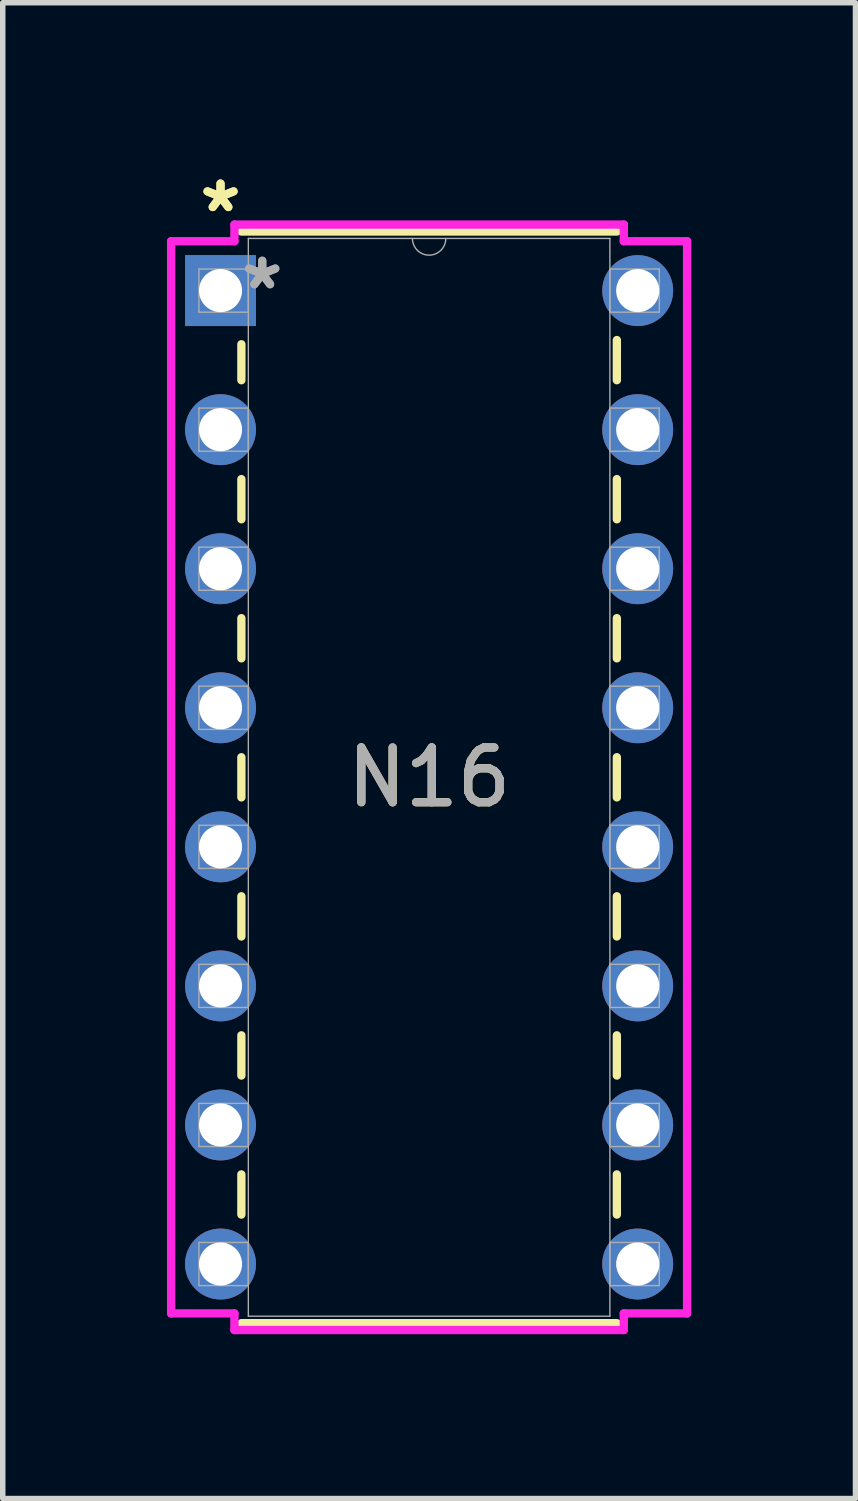
<source format=kicad_pcb>
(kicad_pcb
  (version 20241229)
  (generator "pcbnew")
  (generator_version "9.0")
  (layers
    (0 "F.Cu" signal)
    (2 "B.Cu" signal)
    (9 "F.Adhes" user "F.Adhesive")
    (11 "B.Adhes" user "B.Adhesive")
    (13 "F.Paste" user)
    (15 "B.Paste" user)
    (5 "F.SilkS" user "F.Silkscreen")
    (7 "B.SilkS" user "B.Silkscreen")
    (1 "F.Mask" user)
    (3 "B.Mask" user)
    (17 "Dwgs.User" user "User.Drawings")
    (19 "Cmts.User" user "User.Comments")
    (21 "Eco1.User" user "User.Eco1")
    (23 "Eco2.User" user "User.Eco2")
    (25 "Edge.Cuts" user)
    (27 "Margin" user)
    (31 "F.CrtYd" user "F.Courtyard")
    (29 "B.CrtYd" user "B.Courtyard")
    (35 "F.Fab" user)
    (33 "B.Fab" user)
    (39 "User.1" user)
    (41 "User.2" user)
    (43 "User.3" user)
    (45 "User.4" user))
  (footprint "N16"
    (layer "F.Cu")
    (at 0.978 2.258)
    (property "Reference" "N16" (at 3.81 8.89 0) (unlocked yes) (layer "F.SilkS") (effects (font (size 1 1) (thickness 0.15))))
    (attr through_hole)
    (fp_line (start 0.381 0.98) (end 0.381 1.637) (stroke (width 0.152) (type solid)) (layer "F.SilkS"))
    (fp_line (start 0.381 3.443) (end 0.381 4.177) (stroke (width 0.152) (type solid)) (layer "F.SilkS"))
    (fp_line (start 0.381 5.983) (end 0.381 6.717) (stroke (width 0.152) (type solid)) (layer "F.SilkS"))
    (fp_line (start 0.381 8.523) (end 0.381 9.257) (stroke (width 0.152) (type solid)) (layer "F.SilkS"))
    (fp_line (start 0.381 11.063) (end 0.381 11.797) (stroke (width 0.152) (type solid)) (layer "F.SilkS"))
    (fp_line (start 0.381 13.603) (end 0.381 14.337) (stroke (width 0.152) (type solid)) (layer "F.SilkS"))
    (fp_line (start 0.381 16.143) (end 0.381 16.877) (stroke (width 0.152) (type solid)) (layer "F.SilkS"))
    (fp_line (start 0.381 18.86) (end 7.239 18.86) (stroke (width 0.152) (type solid)) (layer "F.SilkS"))
    (fp_line (start 7.239 -1.079) (end 0.381 -1.079) (stroke (width 0.152) (type solid)) (layer "F.SilkS"))
    (fp_line (start 7.239 1.637) (end 7.239 0.903) (stroke (width 0.152) (type solid)) (layer "F.SilkS"))
    (fp_line (start 7.239 4.177) (end 7.239 3.443) (stroke (width 0.152) (type solid)) (layer "F.SilkS"))
    (fp_line (start 7.239 6.717) (end 7.239 5.983) (stroke (width 0.152) (type solid)) (layer "F.SilkS"))
    (fp_line (start 7.239 9.257) (end 7.239 8.523) (stroke (width 0.152) (type solid)) (layer "F.SilkS"))
    (fp_line (start 7.239 11.797) (end 7.239 11.063) (stroke (width 0.152) (type solid)) (layer "F.SilkS"))
    (fp_line (start 7.239 14.337) (end 7.239 13.603) (stroke (width 0.152) (type solid)) (layer "F.SilkS"))
    (fp_line (start 7.239 16.877) (end 7.239 16.143) (stroke (width 0.152) (type solid)) (layer "F.SilkS"))
    (fp_line (start -0.902 -0.902) (end 0.254 -0.902) (stroke (width 0.152) (type solid)) (layer "F.CrtYd"))
    (fp_line (start -0.902 18.682) (end -0.902 -0.902) (stroke (width 0.152) (type solid)) (layer "F.CrtYd"))
    (fp_line (start 0.254 -1.206) (end 7.366 -1.206) (stroke (width 0.152) (type solid)) (layer "F.CrtYd"))
    (fp_line (start 0.254 -0.902) (end 0.254 -1.206) (stroke (width 0.152) (type solid)) (layer "F.CrtYd"))
    (fp_line (start 0.254 18.682) (end -0.902 18.682) (stroke (width 0.152) (type solid)) (layer "F.CrtYd"))
    (fp_line (start 0.254 18.986) (end 0.254 18.682) (stroke (width 0.152) (type solid)) (layer "F.CrtYd"))
    (fp_line (start 7.366 -1.206) (end 7.366 -0.902) (stroke (width 0.152) (type solid)) (layer "F.CrtYd"))
    (fp_line (start 7.366 18.682) (end 7.366 18.986) (stroke (width 0.152) (type solid)) (layer "F.CrtYd"))
    (fp_line (start 7.366 18.986) (end 0.254 18.986) (stroke (width 0.152) (type solid)) (layer "F.CrtYd"))
    (fp_line (start 8.522 -0.902) (end 7.366 -0.902) (stroke (width 0.152) (type solid)) (layer "F.CrtYd"))
    (fp_line (start 8.522 -0.902) (end 8.522 18.682) (stroke (width 0.152) (type solid)) (layer "F.CrtYd"))
    (fp_line (start 8.522 18.682) (end 7.366 18.682) (stroke (width 0.152) (type solid)) (layer "F.CrtYd"))
    (fp_line (start -0.394 -0.394) (end -0.394 0.394) (stroke (width 0.025) (type solid)) (layer "F.Fab"))
    (fp_line (start -0.394 0.394) (end 0.508 0.394) (stroke (width 0.025) (type solid)) (layer "F.Fab"))
    (fp_line (start -0.394 2.146) (end -0.394 2.934) (stroke (width 0.025) (type solid)) (layer "F.Fab"))
    (fp_line (start -0.394 2.934) (end 0.508 2.934) (stroke (width 0.025) (type solid)) (layer "F.Fab"))
    (fp_line (start -0.394 4.686) (end -0.394 5.474) (stroke (width 0.025) (type solid)) (layer "F.Fab"))
    (fp_line (start -0.394 5.474) (end 0.508 5.474) (stroke (width 0.025) (type solid)) (layer "F.Fab"))
    (fp_line (start -0.394 7.226) (end -0.394 8.014) (stroke (width 0.025) (type solid)) (layer "F.Fab"))
    (fp_line (start -0.394 8.014) (end 0.508 8.014) (stroke (width 0.025) (type solid)) (layer "F.Fab"))
    (fp_line (start -0.394 9.766) (end -0.394 10.554) (stroke (width 0.025) (type solid)) (layer "F.Fab"))
    (fp_line (start -0.394 10.554) (end 0.508 10.554) (stroke (width 0.025) (type solid)) (layer "F.Fab"))
    (fp_line (start -0.394 12.306) (end -0.394 13.094) (stroke (width 0.025) (type solid)) (layer "F.Fab"))
    (fp_line (start -0.394 13.094) (end 0.508 13.094) (stroke (width 0.025) (type solid)) (layer "F.Fab"))
    (fp_line (start -0.394 14.846) (end -0.394 15.634) (stroke (width 0.025) (type solid)) (layer "F.Fab"))
    (fp_line (start -0.394 15.634) (end 0.508 15.634) (stroke (width 0.025) (type solid)) (layer "F.Fab"))
    (fp_line (start -0.394 17.386) (end -0.394 18.174) (stroke (width 0.025) (type solid)) (layer "F.Fab"))
    (fp_line (start -0.394 18.174) (end 0.508 18.174) (stroke (width 0.025) (type solid)) (layer "F.Fab"))
    (fp_line (start 0.508 -0.953) (end 0.508 18.733) (stroke (width 0.025) (type solid)) (layer "F.Fab"))
    (fp_line (start 0.508 -0.394) (end -0.394 -0.394) (stroke (width 0.025) (type solid)) (layer "F.Fab"))
    (fp_line (start 0.508 0.394) (end 0.508 -0.394) (stroke (width 0.025) (type solid)) (layer "F.Fab"))
    (fp_line (start 0.508 2.146) (end -0.394 2.146) (stroke (width 0.025) (type solid)) (layer "F.Fab"))
    (fp_line (start 0.508 2.934) (end 0.508 2.146) (stroke (width 0.025) (type solid)) (layer "F.Fab"))
    (fp_line (start 0.508 4.686) (end -0.394 4.686) (stroke (width 0.025) (type solid)) (layer "F.Fab"))
    (fp_line (start 0.508 5.474) (end 0.508 4.686) (stroke (width 0.025) (type solid)) (layer "F.Fab"))
    (fp_line (start 0.508 7.226) (end -0.394 7.226) (stroke (width 0.025) (type solid)) (layer "F.Fab"))
    (fp_line (start 0.508 8.014) (end 0.508 7.226) (stroke (width 0.025) (type solid)) (layer "F.Fab"))
    (fp_line (start 0.508 9.766) (end -0.394 9.766) (stroke (width 0.025) (type solid)) (layer "F.Fab"))
    (fp_line (start 0.508 10.554) (end 0.508 9.766) (stroke (width 0.025) (type solid)) (layer "F.Fab"))
    (fp_line (start 0.508 12.306) (end -0.394 12.306) (stroke (width 0.025) (type solid)) (layer "F.Fab"))
    (fp_line (start 0.508 13.094) (end 0.508 12.306) (stroke (width 0.025) (type solid)) (layer "F.Fab"))
    (fp_line (start 0.508 14.846) (end -0.394 14.846) (stroke (width 0.025) (type solid)) (layer "F.Fab"))
    (fp_line (start 0.508 15.634) (end 0.508 14.846) (stroke (width 0.025) (type solid)) (layer "F.Fab"))
    (fp_line (start 0.508 17.386) (end -0.394 17.386) (stroke (width 0.025) (type solid)) (layer "F.Fab"))
    (fp_line (start 0.508 18.174) (end 0.508 17.386) (stroke (width 0.025) (type solid)) (layer "F.Fab"))
    (fp_line (start 0.508 18.733) (end 7.112 18.733) (stroke (width 0.025) (type solid)) (layer "F.Fab"))
    (fp_line (start 7.112 -0.953) (end 0.508 -0.953) (stroke (width 0.025) (type solid)) (layer "F.Fab"))
    (fp_line (start 7.112 -0.394) (end 7.112 0.394) (stroke (width 0.025) (type solid)) (layer "F.Fab"))
    (fp_line (start 7.112 0.394) (end 8.014 0.394) (stroke (width 0.025) (type solid)) (layer "F.Fab"))
    (fp_line (start 7.112 2.146) (end 7.112 2.934) (stroke (width 0.025) (type solid)) (layer "F.Fab"))
    (fp_line (start 7.112 2.934) (end 8.014 2.934) (stroke (width 0.025) (type solid)) (layer "F.Fab"))
    (fp_line (start 7.112 4.686) (end 7.112 5.474) (stroke (width 0.025) (type solid)) (layer "F.Fab"))
    (fp_line (start 7.112 5.474) (end 8.014 5.474) (stroke (width 0.025) (type solid)) (layer "F.Fab"))
    (fp_line (start 7.112 7.226) (end 7.112 8.014) (stroke (width 0.025) (type solid)) (layer "F.Fab"))
    (fp_line (start 7.112 8.014) (end 8.014 8.014) (stroke (width 0.025) (type solid)) (layer "F.Fab"))
    (fp_line (start 7.112 9.766) (end 7.112 10.554) (stroke (width 0.025) (type solid)) (layer "F.Fab"))
    (fp_line (start 7.112 10.554) (end 8.014 10.554) (stroke (width 0.025) (type solid)) (layer "F.Fab"))
    (fp_line (start 7.112 12.306) (end 7.112 13.094) (stroke (width 0.025) (type solid)) (layer "F.Fab"))
    (fp_line (start 7.112 13.094) (end 8.014 13.094) (stroke (width 0.025) (type solid)) (layer "F.Fab"))
    (fp_line (start 7.112 14.846) (end 7.112 15.634) (stroke (width 0.025) (type solid)) (layer "F.Fab"))
    (fp_line (start 7.112 15.634) (end 8.014 15.634) (stroke (width 0.025) (type solid)) (layer "F.Fab"))
    (fp_line (start 7.112 17.386) (end 7.112 18.174) (stroke (width 0.025) (type solid)) (layer "F.Fab"))
    (fp_line (start 7.112 18.174) (end 8.014 18.174) (stroke (width 0.025) (type solid)) (layer "F.Fab"))
    (fp_line (start 7.112 18.733) (end 7.112 -0.953) (stroke (width 0.025) (type solid)) (layer "F.Fab"))
    (fp_line (start 8.014 -0.394) (end 7.112 -0.394) (stroke (width 0.025) (type solid)) (layer "F.Fab"))
    (fp_line (start 8.014 0.394) (end 8.014 -0.394) (stroke (width 0.025) (type solid)) (layer "F.Fab"))
    (fp_line (start 8.014 2.146) (end 7.112 2.146) (stroke (width 0.025) (type solid)) (layer "F.Fab"))
    (fp_line (start 8.014 2.934) (end 8.014 2.146) (stroke (width 0.025) (type solid)) (layer "F.Fab"))
    (fp_line (start 8.014 4.686) (end 7.112 4.686) (stroke (width 0.025) (type solid)) (layer "F.Fab"))
    (fp_line (start 8.014 5.474) (end 8.014 4.686) (stroke (width 0.025) (type solid)) (layer "F.Fab"))
    (fp_line (start 8.014 7.226) (end 7.112 7.226) (stroke (width 0.025) (type solid)) (layer "F.Fab"))
    (fp_line (start 8.014 8.014) (end 8.014 7.226) (stroke (width 0.025) (type solid)) (layer "F.Fab"))
    (fp_line (start 8.014 9.766) (end 7.112 9.766) (stroke (width 0.025) (type solid)) (layer "F.Fab"))
    (fp_line (start 8.014 10.554) (end 8.014 9.766) (stroke (width 0.025) (type solid)) (layer "F.Fab"))
    (fp_line (start 8.014 12.306) (end 7.112 12.306) (stroke (width 0.025) (type solid)) (layer "F.Fab"))
    (fp_line (start 8.014 13.094) (end 8.014 12.306) (stroke (width 0.025) (type solid)) (layer "F.Fab"))
    (fp_line (start 8.014 14.846) (end 7.112 14.846) (stroke (width 0.025) (type solid)) (layer "F.Fab"))
    (fp_line (start 8.014 15.634) (end 8.014 14.846) (stroke (width 0.025) (type solid)) (layer "F.Fab"))
    (fp_line (start 8.014 17.386) (end 7.112 17.386) (stroke (width 0.025) (type solid)) (layer "F.Fab"))
    (fp_line (start 8.014 18.174) (end 8.014 17.386) (stroke (width 0.025) (type solid)) (layer "F.Fab"))
    (fp_arc (start 4.1148 -0.9525) (mid 3.81 -0.6477) (end 3.5052 -0.9525) (stroke (width 0.0254) (type solid)) (layer "F.Fab"))
    (fp_text user "*" (at 0 -1.41 0) (layer "F.SilkS") (effects (font (size 1 1) (thickness 0.15))))
    (fp_text user "*" (at 0 -1.41 0) (unlocked yes) (layer "F.SilkS") (effects (font (size 1 1) (thickness 0.15))))
    (fp_text user "*" (at 0.762 0 0) (layer "F.Fab") (effects (font (size 1 1) (thickness 0.15))))
    (fp_text user "${REFERENCE}" (at 3.81 8.89 0) (unlocked yes) (layer "F.Fab") (effects (font (size 1 1) (thickness 0.15))))
    (fp_text user "*" (at 0.762 0 0) (unlocked yes) (layer "F.Fab") (effects (font (size 1 1) (thickness 0.15))))
    (pad "1" thru_hole rect (at 0 0) (size 1.295 1.295) (drill 0.787) (layers "*.Cu" "*.Mask"))
    (pad "2" thru_hole circle (at 0 2.54) (size 1.295 1.295) (drill 0.787) (layers "*.Cu" "*.Mask"))
    (pad "3" thru_hole circle (at 0 5.08) (size 1.295 1.295) (drill 0.787) (layers "*.Cu" "*.Mask"))
    (pad "4" thru_hole circle (at 0 7.62) (size 1.295 1.295) (drill 0.787) (layers "*.Cu" "*.Mask"))
    (pad "5" thru_hole circle (at 0 10.16) (size 1.295 1.295) (drill 0.787) (layers "*.Cu" "*.Mask"))
    (pad "6" thru_hole circle (at 0 12.7) (size 1.295 1.295) (drill 0.787) (layers "*.Cu" "*.Mask"))
    (pad "7" thru_hole circle (at 0 15.24) (size 1.295 1.295) (drill 0.787) (layers "*.Cu" "*.Mask"))
    (pad "8" thru_hole circle (at 0 17.78) (size 1.295 1.295) (drill 0.787) (layers "*.Cu" "*.Mask"))
    (pad "9" thru_hole circle (at 7.62 17.78) (size 1.295 1.295) (drill 0.787) (layers "*.Cu" "*.Mask"))
    (pad "10" thru_hole circle (at 7.62 15.24) (size 1.295 1.295) (drill 0.787) (layers "*.Cu" "*.Mask"))
    (pad "11" thru_hole circle (at 7.62 12.7) (size 1.295 1.295) (drill 0.787) (layers "*.Cu" "*.Mask"))
    (pad "12" thru_hole circle (at 7.62 10.16) (size 1.295 1.295) (drill 0.787) (layers "*.Cu" "*.Mask"))
    (pad "13" thru_hole circle (at 7.62 7.62) (size 1.295 1.295) (drill 0.787) (layers "*.Cu" "*.Mask"))
    (pad "14" thru_hole circle (at 7.62 5.08) (size 1.295 1.295) (drill 0.787) (layers "*.Cu" "*.Mask"))
    (pad "15" thru_hole circle (at 7.62 2.54) (size 1.295 1.295) (drill 0.787) (layers "*.Cu" "*.Mask"))
    (pad "16" thru_hole circle (at 7.62 0) (size 1.295 1.295) (drill 0.787) (layers "*.Cu" "*.Mask")))
  (gr_rect
    (start -3 -3)
    (end 12.576 24.321)
    (stroke (width 0.1) (type default))
    (fill no)
    (layer "Edge.Cuts")))
</source>
